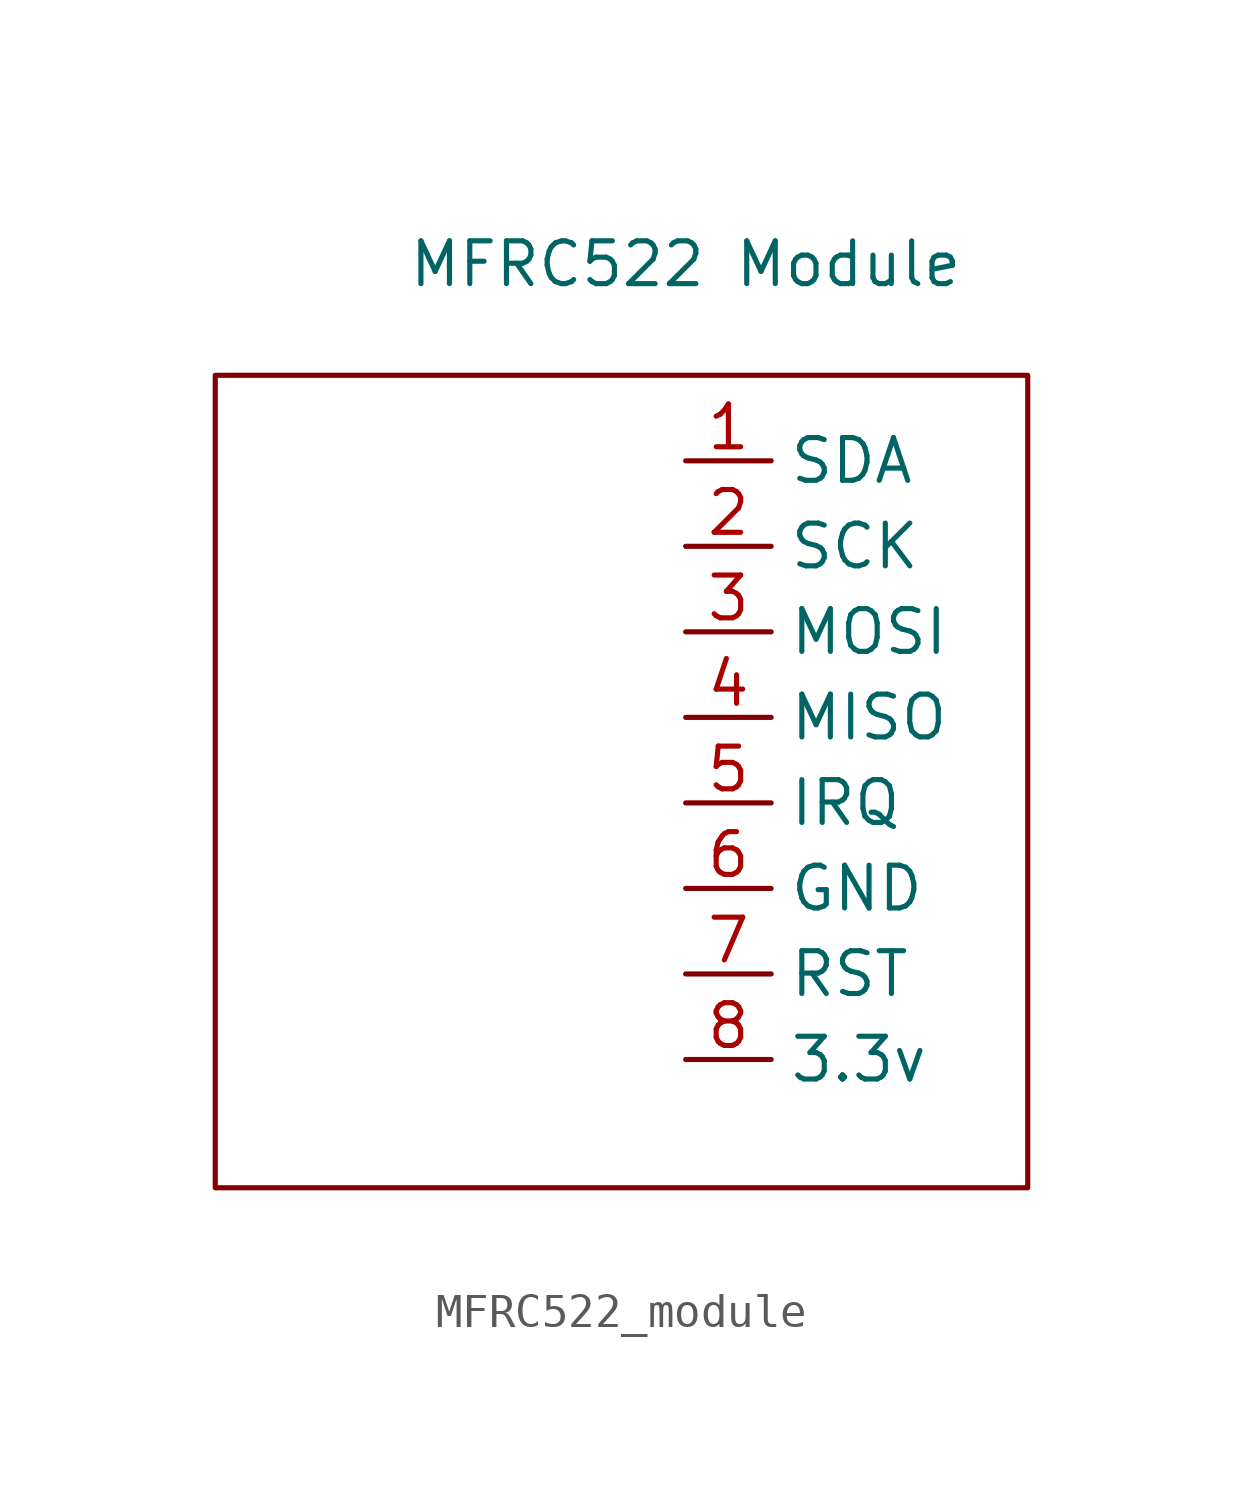
<source format=kicad_sym>
(kicad_symbol_lib
  (version 20231120)
  (generator "kicad_symbol_editor")
  (generator_version "8.0")
  (symbol "MFRC522_module"
    (property "Reference" "U?"
      (at 0.254 14.732 0)
      (effects (font (size 1.27 1.27)) (hide yes)))
    (property "Value" "MFRC522 Module"
      (at 0 23.622 0)
      (effects (font (size 1.27 1.27))))
    (symbol "MFRC522_module_0_1"
      (rectangle (start -13.97 20.32) (end 10.16 -3.81) (stroke (width 0) (type default)) (fill (type none))))
    (symbol "MFRC522_module_1_1"
      (pin bidirectional line (at 0 17.78 0) (length 2.54) (name "SDA" (effects (font (size 1.27 1.27)))) (number "1" (effects (font (size 1.27 1.27)))))
      (pin input line (at 0 15.24 0) (length 2.54) (name "SCK" (effects (font (size 1.27 1.27)))) (number "2" (effects (font (size 1.27 1.27)))))
      (pin input line (at 0 12.7 0) (length 2.54) (name "MOSI" (effects (font (size 1.27 1.27)))) (number "3" (effects (font (size 1.27 1.27)))))
      (pin output line (at 0 10.16 0) (length 2.54) (name "MISO" (effects (font (size 1.27 1.27)))) (number "4" (effects (font (size 1.27 1.27)))))
      (pin output line (at 0 7.62 0) (length 2.54) (name "IRQ" (effects (font (size 1.27 1.27)))) (number "5" (effects (font (size 1.27 1.27)))))
      (pin power_in line (at 0 5.08 0) (length 2.54) (name "GND" (effects (font (size 1.27 1.27)))) (number "6" (effects (font (size 1.27 1.27)))))
      (pin input line (at 0 2.54 0) (length 2.54) (name "RST" (effects (font (size 1.27 1.27)))) (number "7" (effects (font (size 1.27 1.27)))))
      (pin power_in line (at 0 0 0) (length 2.54) (name "3.3v" (effects (font (size 1.27 1.27)))) (number "8" (effects (font (size 1.27 1.27))))))))
</source>
